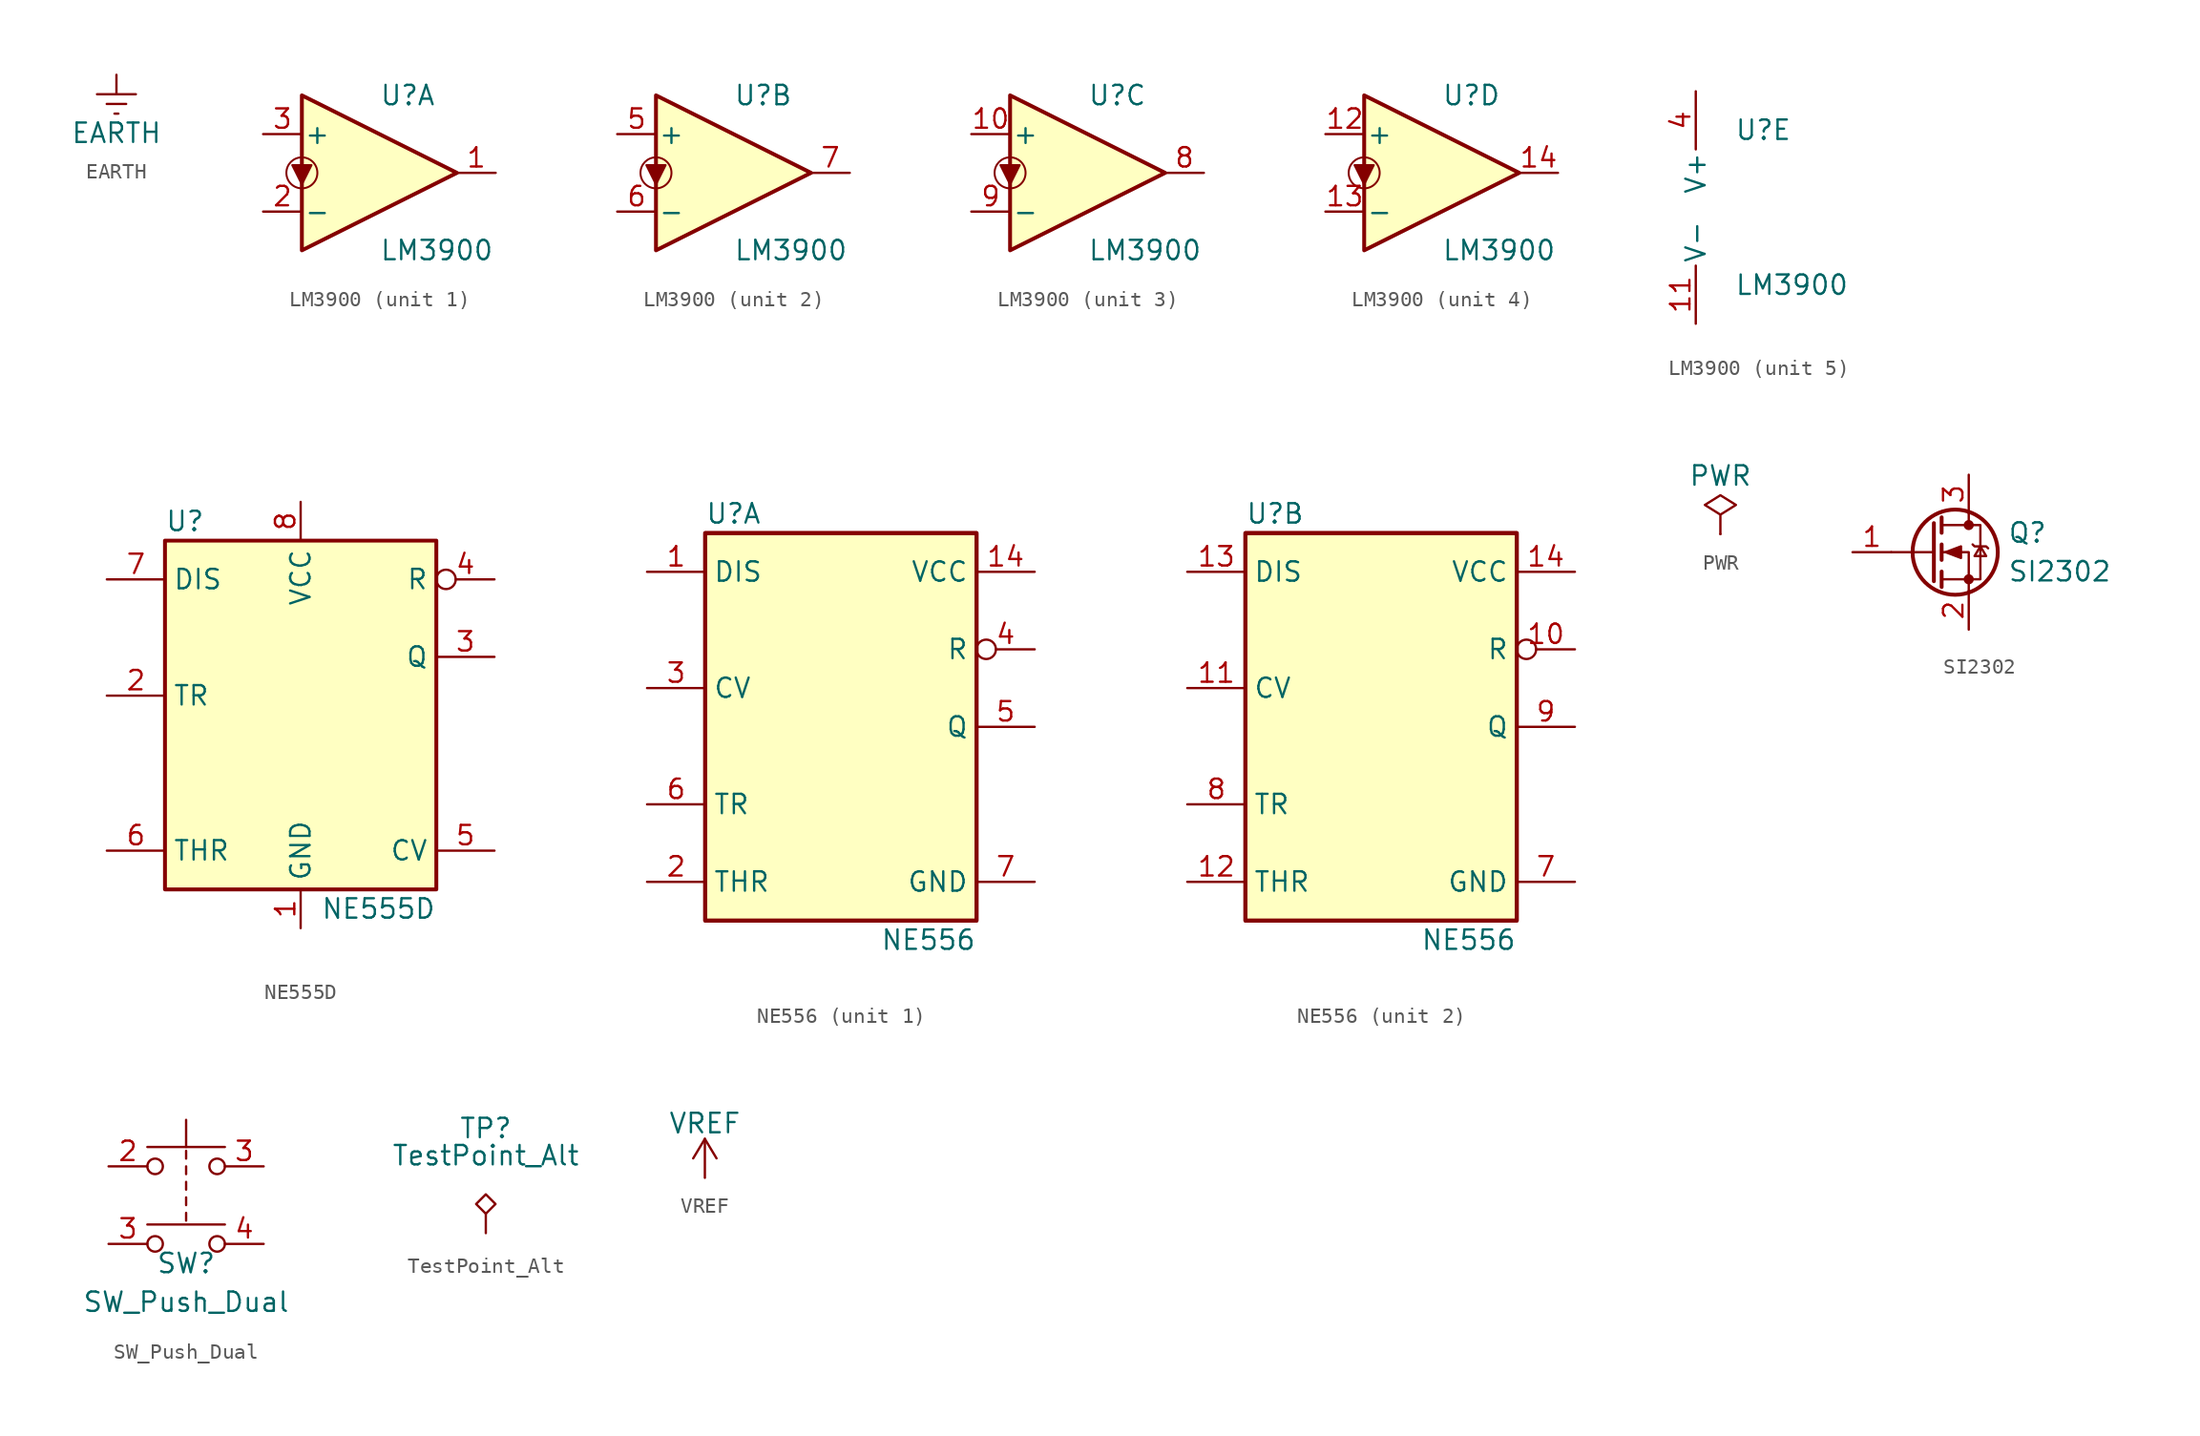
<source format=kicad_sym>
(kicad_symbol_lib
  (version 20231120)
  (generator "kicad_symbol_editor")
  (generator_version "8.0")
  (symbol "EARTH"
    (power)
    (pin_names
      (offset 0))
    (property "Reference" "#PWR"
      (at 0 -6.35 0)
      (effects (font (size 1.27 1.27)) (hide yes)))
    (property "Value" "EARTH"
      (at 0 -3.81 0)
      (effects (font (size 1.27 1.27))))
    (symbol "EARTH_0_1"
      (polyline (pts (xy -0.635 -1.905) (xy 0.635 -1.905)) (stroke (width 0) (type default)) (fill (type none)))
      (polyline (pts (xy -0.127 -2.54) (xy 0.127 -2.54)) (stroke (width 0) (type default)) (fill (type none)))
      (polyline (pts (xy 0 -1.27) (xy 0 0)) (stroke (width 0) (type default)) (fill (type none)))
      (polyline (pts (xy 1.27 -1.27) (xy -1.27 -1.27)) (stroke (width 0) (type default)) (fill (type none))))
    (symbol "EARTH_1_1"
      (pin power_in line (at 0 0 270) (length 0) hide (name "Earth" (effects (font (size 1.27 1.27)))) (number "1" (effects (font (size 1.27 1.27)))))))
  (symbol "LM3900"
    (pin_names
      (offset 0.127))
    (property "Reference" "U"
      (at 0 5.08 0)
      (effects (font (size 1.27 1.27)) (justify left)))
    (property "Value" "LM3900"
      (at 0 -5.08 0)
      (effects (font (size 1.27 1.27)) (justify left)))
    (property "ki_locked" ""
      (at 0 0 0)
      (effects (font (size 1.27 1.27))))
    (symbol "LM3900_1_1"
      (circle (center -5.08 0) (radius 1.016) (stroke (width 0.127) (type default)) (fill (type none)))
      (polyline (pts (xy -5.715 0.508) (xy -4.445 0.508) (xy -5.08 -0.762) (xy -5.715 0.508)) (stroke (width 0.127) (type default)) (fill (type outline)))
      (polyline (pts (xy -5.08 5.08) (xy 5.08 0) (xy -5.08 -5.08) (xy -5.08 5.08)) (stroke (width 0.254) (type default)) (fill (type background)))
      (pin output line (at 7.62 0 180) (length 2.54) (name "~" (effects (font (size 1.27 1.27)))) (number "1" (effects (font (size 1.27 1.27)))))
      (pin input line (at -7.62 -2.54 0) (length 2.54) (name "-" (effects (font (size 1.27 1.27)))) (number "2" (effects (font (size 1.27 1.27)))))
      (pin input line (at -7.62 2.54 0) (length 2.54) (name "+" (effects (font (size 1.27 1.27)))) (number "3" (effects (font (size 1.27 1.27))))))
    (symbol "LM3900_2_1"
      (circle (center -5.08 0) (radius 1.016) (stroke (width 0.127) (type default)) (fill (type none)))
      (polyline (pts (xy -5.715 0.508) (xy -4.445 0.508) (xy -5.08 -0.762) (xy -5.715 0.508)) (stroke (width 0.127) (type default)) (fill (type outline)))
      (polyline (pts (xy -5.08 5.08) (xy 5.08 0) (xy -5.08 -5.08) (xy -5.08 5.08)) (stroke (width 0.254) (type default)) (fill (type background)))
      (pin input line (at -7.62 2.54 0) (length 2.54) (name "+" (effects (font (size 1.27 1.27)))) (number "5" (effects (font (size 1.27 1.27)))))
      (pin input line (at -7.62 -2.54 0) (length 2.54) (name "-" (effects (font (size 1.27 1.27)))) (number "6" (effects (font (size 1.27 1.27)))))
      (pin output line (at 7.62 0 180) (length 2.54) (name "~" (effects (font (size 1.27 1.27)))) (number "7" (effects (font (size 1.27 1.27))))))
    (symbol "LM3900_3_1"
      (circle (center -5.08 0) (radius 1.016) (stroke (width 0.127) (type default)) (fill (type none)))
      (polyline (pts (xy -5.715 0.508) (xy -4.445 0.508) (xy -5.08 -0.762) (xy -5.715 0.508)) (stroke (width 0.127) (type default)) (fill (type outline)))
      (polyline (pts (xy -5.08 5.08) (xy 5.08 0) (xy -5.08 -5.08) (xy -5.08 5.08)) (stroke (width 0.254) (type default)) (fill (type background)))
      (pin input line (at -7.62 2.54 0) (length 2.54) (name "+" (effects (font (size 1.27 1.27)))) (number "10" (effects (font (size 1.27 1.27)))))
      (pin output line (at 7.62 0 180) (length 2.54) (name "~" (effects (font (size 1.27 1.27)))) (number "8" (effects (font (size 1.27 1.27)))))
      (pin input line (at -7.62 -2.54 0) (length 2.54) (name "-" (effects (font (size 1.27 1.27)))) (number "9" (effects (font (size 1.27 1.27))))))
    (symbol "LM3900_4_1"
      (circle (center -5.08 0) (radius 1.016) (stroke (width 0.127) (type default)) (fill (type none)))
      (polyline (pts (xy -5.715 0.508) (xy -4.445 0.508) (xy -5.08 -0.762) (xy -5.715 0.508)) (stroke (width 0.127) (type default)) (fill (type outline)))
      (polyline (pts (xy -5.08 5.08) (xy 5.08 0) (xy -5.08 -5.08) (xy -5.08 5.08)) (stroke (width 0.254) (type default)) (fill (type background)))
      (pin input line (at -7.62 2.54 0) (length 2.54) (name "+" (effects (font (size 1.27 1.27)))) (number "12" (effects (font (size 1.27 1.27)))))
      (pin input line (at -7.62 -2.54 0) (length 2.54) (name "-" (effects (font (size 1.27 1.27)))) (number "13" (effects (font (size 1.27 1.27)))))
      (pin output line (at 7.62 0 180) (length 2.54) (name "~" (effects (font (size 1.27 1.27)))) (number "14" (effects (font (size 1.27 1.27))))))
    (symbol "LM3900_5_1"
      (pin power_in line (at -2.54 -7.62 90) (length 3.81) (name "V-" (effects (font (size 1.27 1.27)))) (number "11" (effects (font (size 1.27 1.27)))))
      (pin power_in line (at -2.54 7.62 270) (length 3.81) (name "V+" (effects (font (size 1.27 1.27)))) (number "4" (effects (font (size 1.27 1.27)))))))
  (symbol "NE555D"
    (property "Reference" "U"
      (at -8.89 11.43 0)
      (effects (font (size 1.27 1.27)) (justify left)))
    (property "Value" "NE555D"
      (at 8.89 -13.97 0)
      (effects (font (size 1.27 1.27)) (justify right)))
    (symbol "NE555D_0_1"
      (rectangle (start -8.89 10.16) (end 8.89 -12.7) (stroke (width 0.254) (type default)) (fill (type background))))
    (symbol "NE555D_1_0"
      (pin power_in line (at 0 -15.24 90) (length 2.54) (name "GND" (effects (font (size 1.27 1.27)))) (number "1" (effects (font (size 1.27 1.27)))))
      (pin power_in line (at 0 12.7 270) (length 2.54) (name "VCC" (effects (font (size 1.27 1.27)))) (number "8" (effects (font (size 1.27 1.27))))))
    (symbol "NE555D_1_1"
      (pin input line (at -12.7 0 0) (length 3.81) (name "TR" (effects (font (size 1.27 1.27)))) (number "2" (effects (font (size 1.27 1.27)))))
      (pin output line (at 12.7 2.54 180) (length 3.81) (name "Q" (effects (font (size 1.27 1.27)))) (number "3" (effects (font (size 1.27 1.27)))))
      (pin input inverted (at 12.7 7.62 180) (length 3.81) (name "R" (effects (font (size 1.27 1.27)))) (number "4" (effects (font (size 1.27 1.27)))))
      (pin input line (at 12.7 -10.16 180) (length 3.81) (name "CV" (effects (font (size 1.27 1.27)))) (number "5" (effects (font (size 1.27 1.27)))))
      (pin input line (at -12.7 -10.16 0) (length 3.81) (name "THR" (effects (font (size 1.27 1.27)))) (number "6" (effects (font (size 1.27 1.27)))))
      (pin input line (at -12.7 7.62 0) (length 3.81) (name "DIS" (effects (font (size 1.27 1.27)))) (number "7" (effects (font (size 1.27 1.27)))))))
  (symbol "NE556"
    (property "Reference" "U"
      (at -8.89 13.97 0)
      (effects (font (size 1.27 1.27)) (justify left)))
    (property "Value" "NE556"
      (at 8.89 -13.97 0)
      (effects (font (size 1.27 1.27)) (justify right)))
    (symbol "NE556_0_0"
      (pin power_in line (at 12.7 10.16 180) (length 3.81) (name "VCC" (effects (font (size 1.27 1.27)))) (number "14" (effects (font (size 1.27 1.27)))))
      (pin power_in line (at 12.7 -10.16 180) (length 3.81) (name "GND" (effects (font (size 1.27 1.27)))) (number "7" (effects (font (size 1.27 1.27))))))
    (symbol "NE556_0_1"
      (rectangle (start -8.89 12.7) (end 8.89 -12.7) (stroke (width 0.254) (type default)) (fill (type background)))
      (rectangle (start -8.89 12.7) (end 8.89 -12.7) (stroke (width 0.254) (type default)) (fill (type background))))
    (symbol "NE556_1_1"
      (pin input line (at -12.7 10.16 0) (length 3.81) (name "DIS" (effects (font (size 1.27 1.27)))) (number "1" (effects (font (size 1.27 1.27)))))
      (pin input line (at -12.7 -10.16 0) (length 3.81) (name "THR" (effects (font (size 1.27 1.27)))) (number "2" (effects (font (size 1.27 1.27)))))
      (pin input line (at -12.7 2.54 0) (length 3.81) (name "CV" (effects (font (size 1.27 1.27)))) (number "3" (effects (font (size 1.27 1.27)))))
      (pin input inverted (at 12.7 5.08 180) (length 3.81) (name "R" (effects (font (size 1.27 1.27)))) (number "4" (effects (font (size 1.27 1.27)))))
      (pin output line (at 12.7 0 180) (length 3.81) (name "Q" (effects (font (size 1.27 1.27)))) (number "5" (effects (font (size 1.27 1.27)))))
      (pin input line (at -12.7 -5.08 0) (length 3.81) (name "TR" (effects (font (size 1.27 1.27)))) (number "6" (effects (font (size 1.27 1.27))))))
    (symbol "NE556_2_1"
      (pin input inverted (at 12.7 5.08 180) (length 3.81) (name "R" (effects (font (size 1.27 1.27)))) (number "10" (effects (font (size 1.27 1.27)))))
      (pin input line (at -12.7 2.54 0) (length 3.81) (name "CV" (effects (font (size 1.27 1.27)))) (number "11" (effects (font (size 1.27 1.27)))))
      (pin input line (at -12.7 -10.16 0) (length 3.81) (name "THR" (effects (font (size 1.27 1.27)))) (number "12" (effects (font (size 1.27 1.27)))))
      (pin input line (at -12.7 10.16 0) (length 3.81) (name "DIS" (effects (font (size 1.27 1.27)))) (number "13" (effects (font (size 1.27 1.27)))))
      (pin input line (at -12.7 -5.08 0) (length 3.81) (name "TR" (effects (font (size 1.27 1.27)))) (number "8" (effects (font (size 1.27 1.27)))))
      (pin output line (at 12.7 0 180) (length 3.81) (name "Q" (effects (font (size 1.27 1.27)))) (number "9" (effects (font (size 1.27 1.27)))))))
  (symbol "PWR"
    (power)
    (pin_numbers hide)
    (pin_names
      (offset 0) hide)
    (property "Reference" "#FLG"
      (at 0 1.905 0)
      (effects (font (size 1.27 1.27)) (hide yes)))
    (property "Value" "PWR"
      (at 0 3.81 0)
      (effects (font (size 1.27 1.27))))
    (symbol "PWR_0_0"
      (pin power_out line (at 0 0 90) (length 0) (name "pwr" (effects (font (size 1.27 1.27)))) (number "1" (effects (font (size 1.27 1.27))))))
    (symbol "PWR_0_1"
      (polyline (pts (xy 0 0) (xy 0 1.27) (xy -1.016 1.905) (xy 0 2.54) (xy 1.016 1.905) (xy 0 1.27)) (stroke (width 0) (type default)) (fill (type none)))))
  (symbol "SI2302"
    (pin_names
      (offset 0) hide)
    (property "Reference" "Q"
      (at 5.08 1.27 0)
      (effects (font (size 1.27 1.27)) (justify left)))
    (property "Value" "SI2302"
      (at 5.08 -1.27 0)
      (effects (font (size 1.27 1.27)) (justify left)))
    (symbol "SI2302_0_1"
      (polyline (pts (xy 0.254 0) (xy -2.54 0)) (stroke (width 0) (type default)) (fill (type none)))
      (polyline (pts (xy 0.254 1.905) (xy 0.254 -1.905)) (stroke (width 0.254) (type default)) (fill (type none)))
      (polyline (pts (xy 0.762 -1.27) (xy 0.762 -2.286)) (stroke (width 0.254) (type default)) (fill (type none)))
      (polyline (pts (xy 0.762 0.508) (xy 0.762 -0.508)) (stroke (width 0.254) (type default)) (fill (type none)))
      (polyline (pts (xy 0.762 2.286) (xy 0.762 1.27)) (stroke (width 0.254) (type default)) (fill (type none)))
      (polyline (pts (xy 2.54 2.54) (xy 2.54 1.778)) (stroke (width 0) (type default)) (fill (type none)))
      (polyline (pts (xy 2.54 -2.54) (xy 2.54 0) (xy 0.762 0)) (stroke (width 0) (type default)) (fill (type none)))
      (polyline (pts (xy 0.762 -1.778) (xy 3.302 -1.778) (xy 3.302 1.778) (xy 0.762 1.778)) (stroke (width 0) (type default)) (fill (type none)))
      (polyline (pts (xy 1.016 0) (xy 2.032 0.381) (xy 2.032 -0.381) (xy 1.016 0)) (stroke (width 0) (type default)) (fill (type outline)))
      (polyline (pts (xy 2.794 0.508) (xy 2.921 0.381) (xy 3.683 0.381) (xy 3.81 0.254)) (stroke (width 0) (type default)) (fill (type none)))
      (polyline (pts (xy 3.302 0.381) (xy 2.921 -0.254) (xy 3.683 -0.254) (xy 3.302 0.381)) (stroke (width 0) (type default)) (fill (type none)))
      (circle (center 1.651 0) (radius 2.794) (stroke (width 0.254) (type default)) (fill (type none)))
      (circle (center 2.54 -1.778) (radius 0.254) (stroke (width 0) (type default)) (fill (type outline)))
      (circle (center 2.54 1.778) (radius 0.254) (stroke (width 0) (type default)) (fill (type outline))))
    (symbol "SI2302_1_1"
      (pin input line (at -5.08 0 0) (length 2.54) (name "G" (effects (font (size 1.27 1.27)))) (number "1" (effects (font (size 1.27 1.27)))))
      (pin passive line (at 2.54 -5.08 90) (length 2.54) (name "S" (effects (font (size 1.27 1.27)))) (number "2" (effects (font (size 1.27 1.27)))))
      (pin passive line (at 2.54 5.08 270) (length 2.54) (name "D" (effects (font (size 1.27 1.27)))) (number "3" (effects (font (size 1.27 1.27)))))))
  (symbol "SW_Push_Dual"
    (pin_names
      (offset 1.016) hide)
    (property "Reference" "SW"
      (at 0 -3.81 0)
      (effects (font (size 1.27 1.27))))
    (property "Value" "SW_Push_Dual"
      (at 0 -6.35 0)
      (effects (font (size 1.27 1.27))))
    (symbol "SW_Push_Dual_0_1"
      (circle (center -2.032 -2.54) (radius 0.508) (stroke (width 0) (type default)) (fill (type none)))
      (circle (center -2.032 2.54) (radius 0.508) (stroke (width 0) (type default)) (fill (type none)))
      (polyline (pts (xy 0 -0.508) (xy 0 -1.016)) (stroke (width 0) (type default)) (fill (type none)))
      (polyline (pts (xy 0 0.508) (xy 0 0)) (stroke (width 0) (type default)) (fill (type none)))
      (polyline (pts (xy 0 1.016) (xy 0 1.524)) (stroke (width 0) (type default)) (fill (type none)))
      (polyline (pts (xy 0 2.032) (xy 0 2.54)) (stroke (width 0) (type default)) (fill (type none)))
      (polyline (pts (xy 0 3.048) (xy 0 3.556)) (stroke (width 0) (type default)) (fill (type none)))
      (polyline (pts (xy 0 3.81) (xy 0 5.588)) (stroke (width 0) (type default)) (fill (type none)))
      (polyline (pts (xy 2.54 -1.27) (xy -2.54 -1.27)) (stroke (width 0) (type default)) (fill (type none)))
      (polyline (pts (xy 2.54 3.81) (xy -2.54 3.81)) (stroke (width 0) (type default)) (fill (type none)))
      (circle (center 2.032 -2.54) (radius 0.508) (stroke (width 0) (type default)) (fill (type none)))
      (circle (center 2.032 2.54) (radius 0.508) (stroke (width 0) (type default)) (fill (type none)))
      (pin passive line (at -5.08 -2.54 0) (length 2.54) (name "3" (effects (font (size 1.27 1.27)))) (number "3" (effects (font (size 1.27 1.27)))))
      (pin passive line (at 5.08 -2.54 180) (length 2.54) (name "4" (effects (font (size 1.27 1.27)))) (number "4" (effects (font (size 1.27 1.27))))))
    (symbol "SW_Push_Dual_1_1"
      (pin passive line (at -5.08 2.54 0) (length 2.54) (name "2" (effects (font (size 1.27 1.27)))) (number "2" (effects (font (size 1.27 1.27)))))
      (pin passive line (at 5.08 2.54 180) (length 2.54) (name "3" (effects (font (size 1.27 1.27)))) (number "3" (effects (font (size 1.27 1.27)))))))
  (symbol "TestPoint_Alt"
    (pin_numbers hide)
    (pin_names
      (offset 0.762) hide)
    (property "Reference" "TP"
      (at 0 6.858 0)
      (effects (font (size 1.27 1.27))))
    (property "Value" "TestPoint_Alt"
      (at 0 5.08 0)
      (effects (font (size 1.27 1.27))))
    (symbol "TestPoint_Alt_0_1"
      (polyline (pts (xy 0 1.27) (xy -0.635 1.905) (xy 0 2.54) (xy 0.635 1.905) (xy 0 1.27)) (stroke (width 0) (type default)) (fill (type none))))
    (symbol "TestPoint_Alt_1_1"
      (pin passive line (at 0 0 90) (length 1.27) (name "1" (effects (font (size 1.27 1.27)))) (number "1" (effects (font (size 1.27 1.27)))))))
  (symbol "VREF"
    (power)
    (pin_names
      (offset 0))
    (property "Reference" "#PWR"
      (at 0 -3.81 0)
      (effects (font (size 1.27 1.27)) (hide yes)))
    (property "Value" "VREF"
      (at 0 3.556 0)
      (effects (font (size 1.27 1.27))))
    (symbol "VREF_0_1"
      (polyline (pts (xy -0.762 1.27) (xy 0 2.54)) (stroke (width 0) (type default)) (fill (type none)))
      (polyline (pts (xy 0 0) (xy 0 2.54)) (stroke (width 0) (type default)) (fill (type none)))
      (polyline (pts (xy 0 2.54) (xy 0.762 1.27)) (stroke (width 0) (type default)) (fill (type none))))
    (symbol "VREF_1_1"
      (pin power_in line (at 0 0 90) (length 0) hide (name "VREF" (effects (font (size 1.27 1.27)))) (number "1" (effects (font (size 1.27 1.27))))))))
</source>
